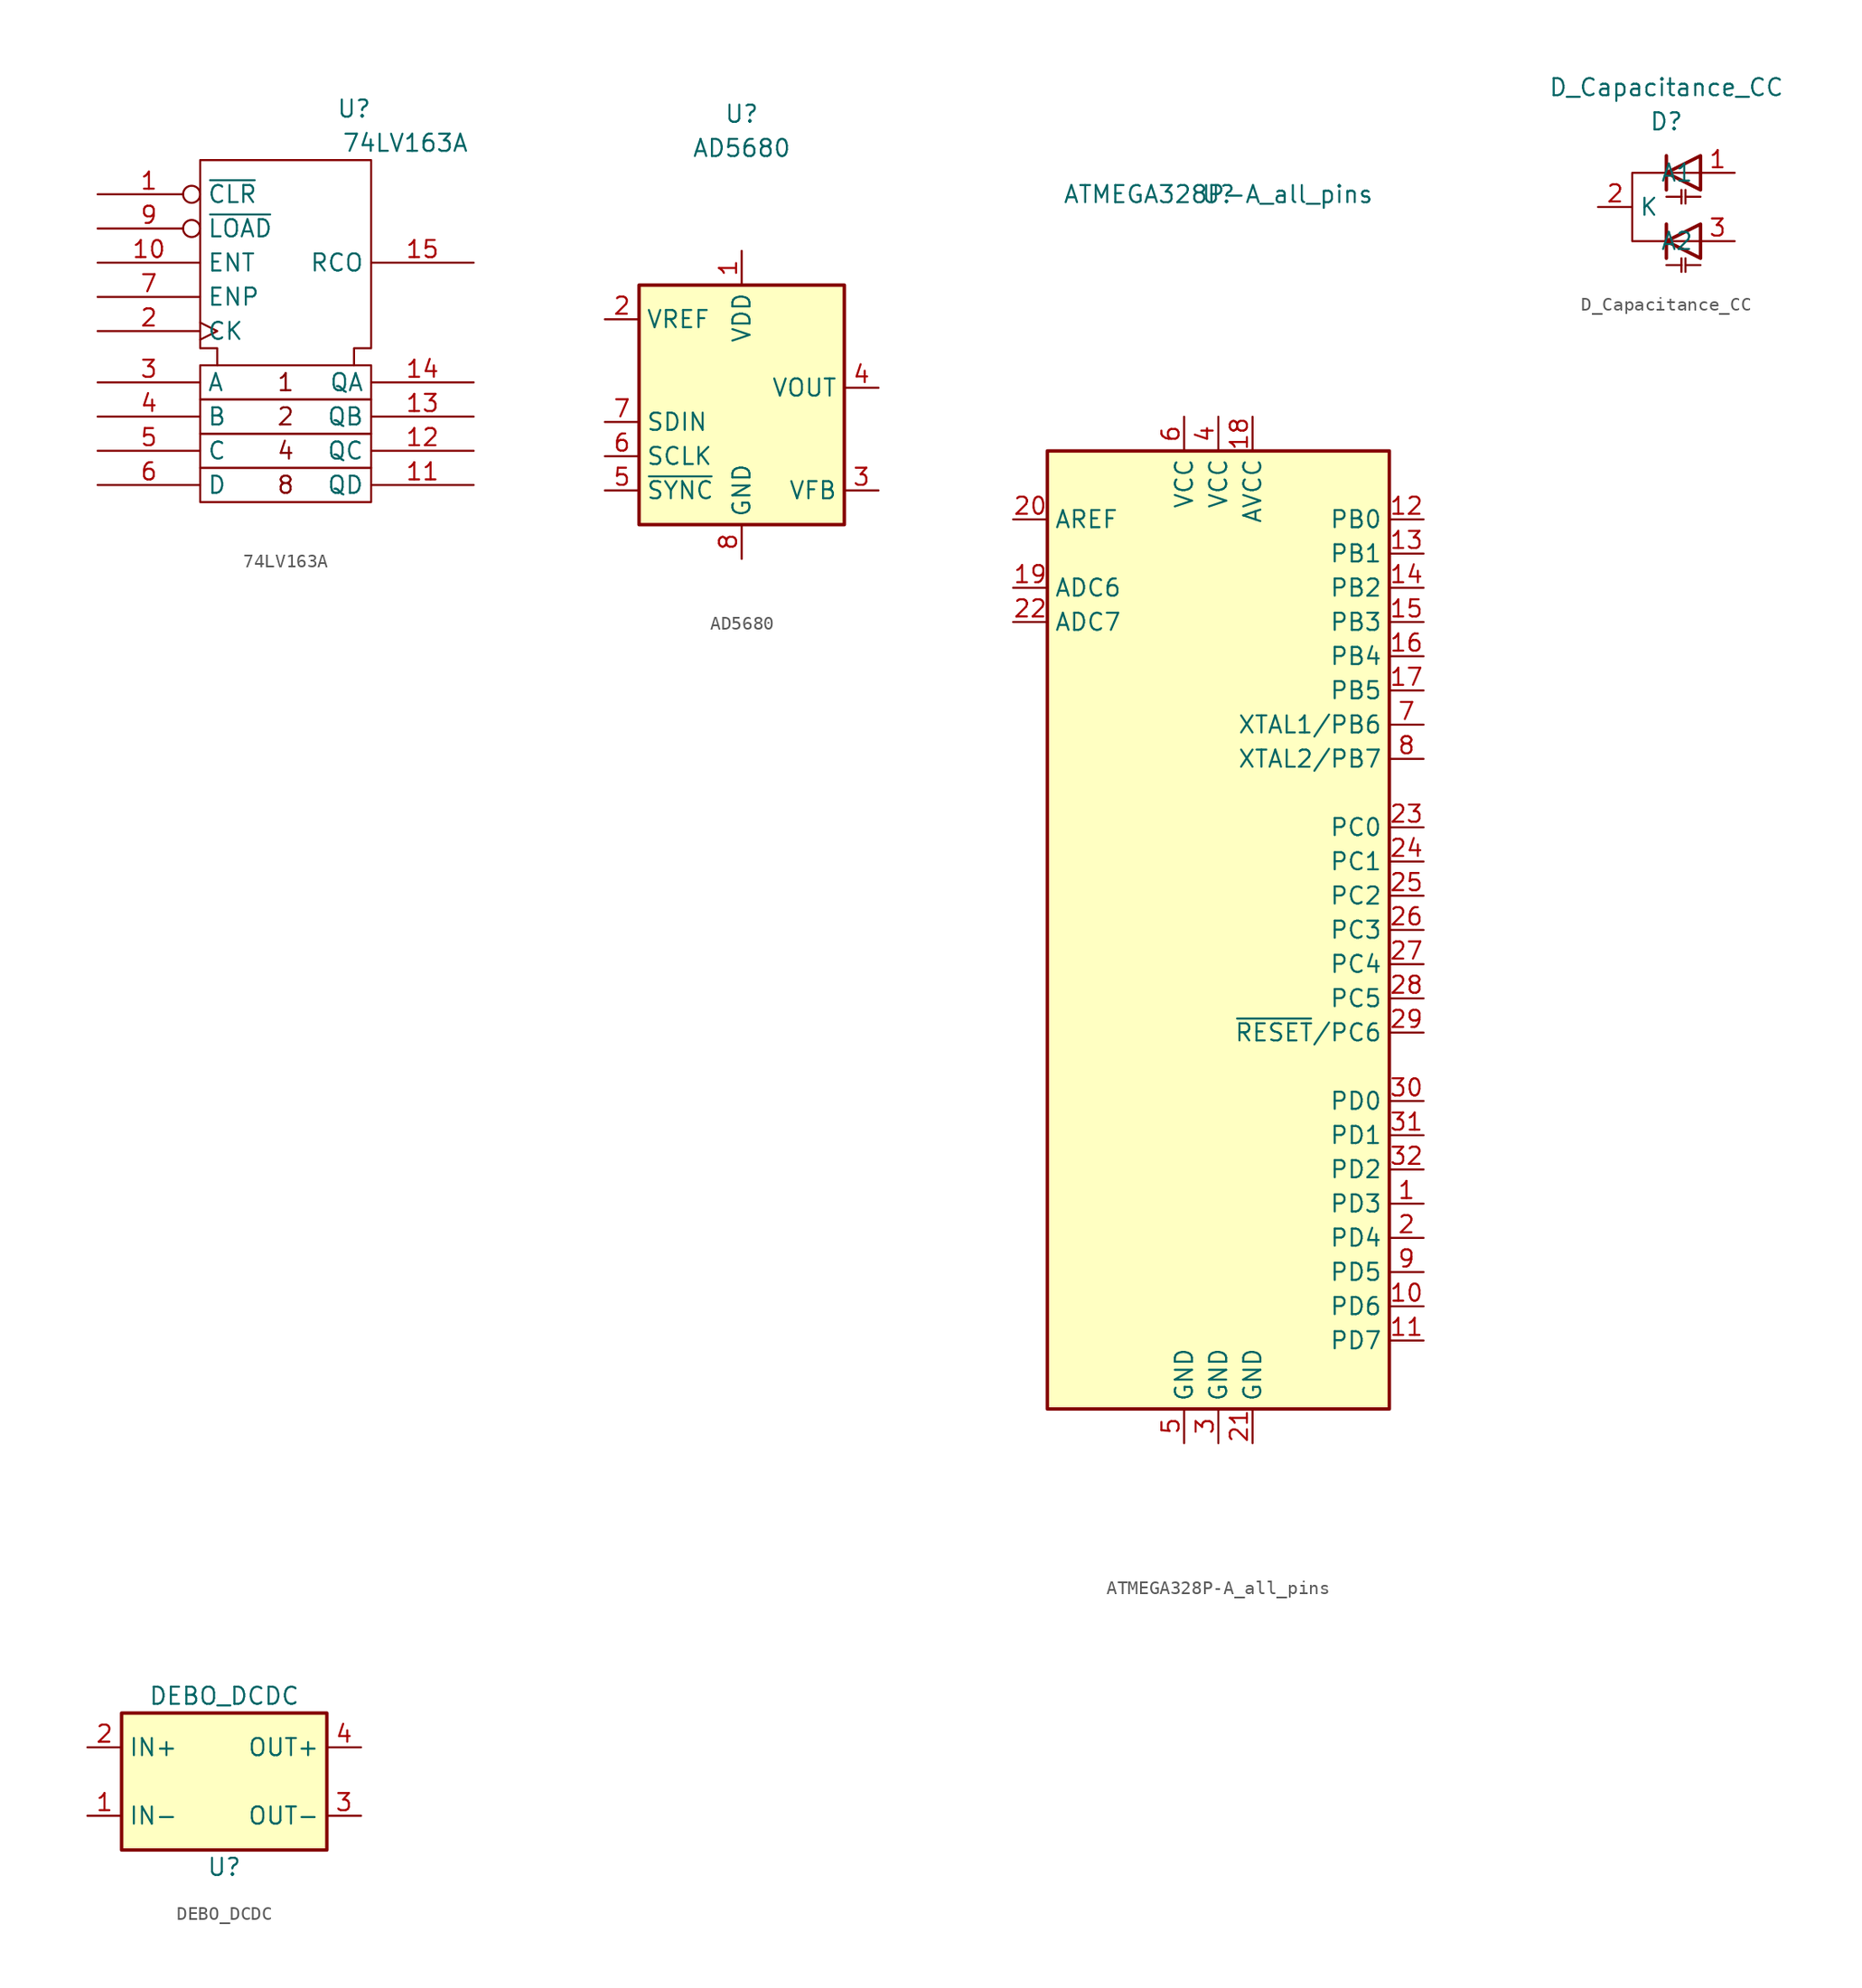
<source format=kicad_sym>
(kicad_symbol_lib
  (version 20211014)
  (generator kicad_symbol_editor)
  (symbol "74LV163A"
    (property "Reference" "U"
      (at 5.08 17.78 0)
      (effects (font (size 1.27 1.27))))
    (property "Value" "74LV163A"
      (at 8.89 15.24 0)
      (effects (font (size 1.27 1.27))))
    (symbol "74LV163A_0_0"
      (rectangle (start -6.35 -8.89) (end 6.35 -11.43) (stroke (width 0) (type default) (color 0 0 0 0)) (fill (type none)))
      (rectangle (start -6.35 -6.35) (end 6.35 -8.89) (stroke (width 0) (type default) (color 0 0 0 0)) (fill (type none)))
      (rectangle (start -6.35 -3.81) (end 6.35 -6.35) (stroke (width 0) (type default) (color 0 0 0 0)) (fill (type none)))
      (rectangle (start -6.35 -1.27) (end 6.35 -3.81) (stroke (width 0) (type default) (color 0 0 0 0)) (fill (type none)))
      (polyline (pts (xy -5.08 -1.27) (xy -5.08 0) (xy -6.35 0) (xy -6.35 13.97) (xy 6.35 13.97) (xy 6.35 0) (xy 5.08 0) (xy 5.08 -1.27) (xy 5.08 -1.27)) (stroke (width 0) (type default) (color 0 0 0 0)) (fill (type none)))
      (text "1" (at 0 -2.54 0) (effects (font (size 1.27 1.27))))
      (text "2" (at 0 -5.08 0) (effects (font (size 1.27 1.27))))
      (text "4" (at 0 -7.62 0) (effects (font (size 1.27 1.27))))
      (text "8" (at 0 -10.16 0) (effects (font (size 1.27 1.27))))
      (pin power_in line (at 0 13.97 270) (length 0) hide (name "VCC" (effects (font (size 1.27 1.27)))) (number "16" (effects (font (size 1.27 1.27)))))
      (pin power_in line (at 0 -11.43 270) (length 0) hide (name "GND" (effects (font (size 1.27 1.27)))) (number "8" (effects (font (size 1.27 1.27))))))
    (symbol "74LV163A_1_1"
      (pin input inverted (at -13.97 11.43 0) (length 7.62) (name "~{CLR}" (effects (font (size 1.27 1.27)))) (number "1" (effects (font (size 1.27 1.27)))))
      (pin input line (at -13.97 6.35 0) (length 7.62) (name "ENT" (effects (font (size 1.27 1.27)))) (number "10" (effects (font (size 1.27 1.27)))))
      (pin output line (at 13.97 -10.16 180) (length 7.62) (name "QD" (effects (font (size 1.27 1.27)))) (number "11" (effects (font (size 1.27 1.27)))))
      (pin output line (at 13.97 -7.62 180) (length 7.62) (name "QC" (effects (font (size 1.27 1.27)))) (number "12" (effects (font (size 1.27 1.27)))))
      (pin output line (at 13.97 -5.08 180) (length 7.62) (name "QB" (effects (font (size 1.27 1.27)))) (number "13" (effects (font (size 1.27 1.27)))))
      (pin output line (at 13.97 -2.54 180) (length 7.62) (name "QA" (effects (font (size 1.27 1.27)))) (number "14" (effects (font (size 1.27 1.27)))))
      (pin output line (at 13.97 6.35 180) (length 7.62) (name "RCO" (effects (font (size 1.27 1.27)))) (number "15" (effects (font (size 1.27 1.27)))))
      (pin input clock (at -13.97 1.27 0) (length 7.62) (name "CK" (effects (font (size 1.27 1.27)))) (number "2" (effects (font (size 1.27 1.27)))))
      (pin input line (at -13.97 -2.54 0) (length 7.62) (name "A" (effects (font (size 1.27 1.27)))) (number "3" (effects (font (size 1.27 1.27)))))
      (pin input line (at -13.97 -5.08 0) (length 7.62) (name "B" (effects (font (size 1.27 1.27)))) (number "4" (effects (font (size 1.27 1.27)))))
      (pin input line (at -13.97 -7.62 0) (length 7.62) (name "C" (effects (font (size 1.27 1.27)))) (number "5" (effects (font (size 1.27 1.27)))))
      (pin input line (at -13.97 -10.16 0) (length 7.62) (name "D" (effects (font (size 1.27 1.27)))) (number "6" (effects (font (size 1.27 1.27)))))
      (pin input line (at -13.97 3.81 0) (length 7.62) (name "ENP" (effects (font (size 1.27 1.27)))) (number "7" (effects (font (size 1.27 1.27)))))
      (pin input inverted (at -13.97 8.89 0) (length 7.62) (name "~{LOAD}" (effects (font (size 1.27 1.27)))) (number "9" (effects (font (size 1.27 1.27)))))))
  (symbol "AD5680"
    (property "Reference" "U"
      (at 0 21.59 0)
      (effects (font (size 1.27 1.27))))
    (property "Value" "AD5680"
      (at 0 19.05 0)
      (effects (font (size 1.27 1.27))))
    (symbol "AD5680_0_1"
      (rectangle (start -7.62 8.89) (end 7.62 -8.89) (stroke (width 0.254) (type default) (color 0 0 0 0)) (fill (type background))))
    (symbol "AD5680_1_1"
      (pin power_in line (at 0 11.43 270) (length 2.54) (name "VDD" (effects (font (size 1.27 1.27)))) (number "1" (effects (font (size 1.27 1.27)))))
      (pin power_in line (at -10.16 6.35 0) (length 2.54) (name "VREF" (effects (font (size 1.27 1.27)))) (number "2" (effects (font (size 1.27 1.27)))))
      (pin input line (at 10.16 -6.35 180) (length 2.54) (name "VFB" (effects (font (size 1.27 1.27)))) (number "3" (effects (font (size 1.27 1.27)))))
      (pin output line (at 10.16 1.27 180) (length 2.54) (name "VOUT" (effects (font (size 1.27 1.27)))) (number "4" (effects (font (size 1.27 1.27)))))
      (pin input line (at -10.16 -6.35 0) (length 2.54) (name "~{SYNC}" (effects (font (size 1.27 1.27)))) (number "5" (effects (font (size 1.27 1.27)))))
      (pin input line (at -10.16 -3.81 0) (length 2.54) (name "SCLK" (effects (font (size 1.27 1.27)))) (number "6" (effects (font (size 1.27 1.27)))))
      (pin input line (at -10.16 -1.27 0) (length 2.54) (name "SDIN" (effects (font (size 1.27 1.27)))) (number "7" (effects (font (size 1.27 1.27)))))
      (pin power_in line (at 0 -11.43 90) (length 2.54) (name "GND" (effects (font (size 1.27 1.27)))) (number "8" (effects (font (size 1.27 1.27)))))))
  (symbol "ATMEGA328P-A_all_pins"
    (property "Reference" "U"
      (at 0 55.88 0)
      (effects (font (size 1.27 1.27))))
    (property "Value" "ATMEGA328P-A_all_pins"
      (at 0 55.88 0)
      (effects (font (size 1.27 1.27))))
    (symbol "ATMEGA328P-A_all_pins_0_1"
      (rectangle (start -12.7 -34.29) (end 12.7 36.83) (stroke (width 0.254) (type default) (color 0 0 0 0)) (fill (type background))))
    (symbol "ATMEGA328P-A_all_pins_1_1"
      (pin bidirectional line (at 15.24 -19.05 180) (length 2.54) (name "PD3" (effects (font (size 1.27 1.27)))) (number "1" (effects (font (size 1.27 1.27)))))
      (pin bidirectional line (at 15.24 -26.67 180) (length 2.54) (name "PD6" (effects (font (size 1.27 1.27)))) (number "10" (effects (font (size 1.27 1.27)))))
      (pin bidirectional line (at 15.24 -29.21 180) (length 2.54) (name "PD7" (effects (font (size 1.27 1.27)))) (number "11" (effects (font (size 1.27 1.27)))))
      (pin bidirectional line (at 15.24 31.75 180) (length 2.54) (name "PB0" (effects (font (size 1.27 1.27)))) (number "12" (effects (font (size 1.27 1.27)))))
      (pin bidirectional line (at 15.24 29.21 180) (length 2.54) (name "PB1" (effects (font (size 1.27 1.27)))) (number "13" (effects (font (size 1.27 1.27)))))
      (pin bidirectional line (at 15.24 26.67 180) (length 2.54) (name "PB2" (effects (font (size 1.27 1.27)))) (number "14" (effects (font (size 1.27 1.27)))))
      (pin bidirectional line (at 15.24 24.13 180) (length 2.54) (name "PB3" (effects (font (size 1.27 1.27)))) (number "15" (effects (font (size 1.27 1.27)))))
      (pin bidirectional line (at 15.24 21.59 180) (length 2.54) (name "PB4" (effects (font (size 1.27 1.27)))) (number "16" (effects (font (size 1.27 1.27)))))
      (pin bidirectional line (at 15.24 19.05 180) (length 2.54) (name "PB5" (effects (font (size 1.27 1.27)))) (number "17" (effects (font (size 1.27 1.27)))))
      (pin power_in line (at 2.54 39.37 270) (length 2.54) (name "AVCC" (effects (font (size 1.27 1.27)))) (number "18" (effects (font (size 1.27 1.27)))))
      (pin input line (at -15.24 26.67 0) (length 2.54) (name "ADC6" (effects (font (size 1.27 1.27)))) (number "19" (effects (font (size 1.27 1.27)))))
      (pin bidirectional line (at 15.24 -21.59 180) (length 2.54) (name "PD4" (effects (font (size 1.27 1.27)))) (number "2" (effects (font (size 1.27 1.27)))))
      (pin passive line (at -15.24 31.75 0) (length 2.54) (name "AREF" (effects (font (size 1.27 1.27)))) (number "20" (effects (font (size 1.27 1.27)))))
      (pin passive line (at 2.54 -36.83 90) (length 2.54) (name "GND" (effects (font (size 1.27 1.27)))) (number "21" (effects (font (size 1.27 1.27)))))
      (pin input line (at -15.24 24.13 0) (length 2.54) (name "ADC7" (effects (font (size 1.27 1.27)))) (number "22" (effects (font (size 1.27 1.27)))))
      (pin bidirectional line (at 15.24 8.89 180) (length 2.54) (name "PC0" (effects (font (size 1.27 1.27)))) (number "23" (effects (font (size 1.27 1.27)))))
      (pin bidirectional line (at 15.24 6.35 180) (length 2.54) (name "PC1" (effects (font (size 1.27 1.27)))) (number "24" (effects (font (size 1.27 1.27)))))
      (pin bidirectional line (at 15.24 3.81 180) (length 2.54) (name "PC2" (effects (font (size 1.27 1.27)))) (number "25" (effects (font (size 1.27 1.27)))))
      (pin bidirectional line (at 15.24 1.27 180) (length 2.54) (name "PC3" (effects (font (size 1.27 1.27)))) (number "26" (effects (font (size 1.27 1.27)))))
      (pin bidirectional line (at 15.24 -1.27 180) (length 2.54) (name "PC4" (effects (font (size 1.27 1.27)))) (number "27" (effects (font (size 1.27 1.27)))))
      (pin bidirectional line (at 15.24 -3.81 180) (length 2.54) (name "PC5" (effects (font (size 1.27 1.27)))) (number "28" (effects (font (size 1.27 1.27)))))
      (pin bidirectional line (at 15.24 -6.35 180) (length 2.54) (name "~{RESET}/PC6" (effects (font (size 1.27 1.27)))) (number "29" (effects (font (size 1.27 1.27)))))
      (pin power_in line (at 0 -36.83 90) (length 2.54) (name "GND" (effects (font (size 1.27 1.27)))) (number "3" (effects (font (size 1.27 1.27)))))
      (pin bidirectional line (at 15.24 -11.43 180) (length 2.54) (name "PD0" (effects (font (size 1.27 1.27)))) (number "30" (effects (font (size 1.27 1.27)))))
      (pin bidirectional line (at 15.24 -13.97 180) (length 2.54) (name "PD1" (effects (font (size 1.27 1.27)))) (number "31" (effects (font (size 1.27 1.27)))))
      (pin bidirectional line (at 15.24 -16.51 180) (length 2.54) (name "PD2" (effects (font (size 1.27 1.27)))) (number "32" (effects (font (size 1.27 1.27)))))
      (pin power_in line (at 0 39.37 270) (length 2.54) (name "VCC" (effects (font (size 1.27 1.27)))) (number "4" (effects (font (size 1.27 1.27)))))
      (pin passive line (at -2.54 -36.83 90) (length 2.54) (name "GND" (effects (font (size 1.27 1.27)))) (number "5" (effects (font (size 1.27 1.27)))))
      (pin passive line (at -2.54 39.37 270) (length 2.54) (name "VCC" (effects (font (size 1.27 1.27)))) (number "6" (effects (font (size 1.27 1.27)))))
      (pin bidirectional line (at 15.24 16.51 180) (length 2.54) (name "XTAL1/PB6" (effects (font (size 1.27 1.27)))) (number "7" (effects (font (size 1.27 1.27)))))
      (pin bidirectional line (at 15.24 13.97 180) (length 2.54) (name "XTAL2/PB7" (effects (font (size 1.27 1.27)))) (number "8" (effects (font (size 1.27 1.27)))))
      (pin bidirectional line (at 15.24 -24.13 180) (length 2.54) (name "PD5" (effects (font (size 1.27 1.27)))) (number "9" (effects (font (size 1.27 1.27)))))))
  (symbol "D_Capacitance_CC"
    (property "Reference" "D"
      (at 0 0 0)
      (effects (font (size 1.27 1.27))))
    (property "Value" "D_Capacitance_CC"
      (at 0 2.54 0)
      (effects (font (size 1.27 1.27))))
    (symbol "D_Capacitance_CC_0_1"
      (polyline (pts (xy 0 -10.668) (xy 1.118 -10.668)) (stroke (width 0) (type default) (color 0 0 0 0)) (fill (type none)))
      (polyline (pts (xy 0 -8.89) (xy 2.54 -8.89)) (stroke (width 0) (type default) (color 0 0 0 0)) (fill (type none)))
      (polyline (pts (xy 0 -7.62) (xy 0 -10.16)) (stroke (width 0.254) (type default) (color 0 0 0 0)) (fill (type none)))
      (polyline (pts (xy 0 -5.588) (xy 1.118 -5.588)) (stroke (width 0) (type default) (color 0 0 0 0)) (fill (type none)))
      (polyline (pts (xy 0 -3.81) (xy 2.54 -3.81)) (stroke (width 0) (type default) (color 0 0 0 0)) (fill (type none)))
      (polyline (pts (xy 0 -2.54) (xy 0 -5.08)) (stroke (width 0.254) (type default) (color 0 0 0 0)) (fill (type none)))
      (polyline (pts (xy 1.118 -10.16) (xy 1.118 -11.176)) (stroke (width 0) (type default) (color 0 0 0 0)) (fill (type none)))
      (polyline (pts (xy 1.118 -5.08) (xy 1.118 -6.096)) (stroke (width 0) (type default) (color 0 0 0 0)) (fill (type none)))
      (polyline (pts (xy 1.422 -10.668) (xy 2.54 -10.668)) (stroke (width 0) (type default) (color 0 0 0 0)) (fill (type none)))
      (polyline (pts (xy 1.422 -10.16) (xy 1.422 -11.176)) (stroke (width 0) (type default) (color 0 0 0 0)) (fill (type none)))
      (polyline (pts (xy 1.422 -5.588) (xy 2.54 -5.588)) (stroke (width 0) (type default) (color 0 0 0 0)) (fill (type none)))
      (polyline (pts (xy 1.422 -5.08) (xy 1.422 -6.096)) (stroke (width 0) (type default) (color 0 0 0 0)) (fill (type none)))
      (polyline (pts (xy 0 -3.81) (xy -2.54 -3.81) (xy -2.54 -8.89) (xy 0 -8.89)) (stroke (width 0) (type default) (color 0 0 0 0)) (fill (type none)))
      (polyline (pts (xy 2.54 -7.62) (xy 2.54 -10.16) (xy 0 -8.89) (xy 2.54 -7.62)) (stroke (width 0.254) (type default) (color 0 0 0 0)) (fill (type none)))
      (polyline (pts (xy 2.54 -2.54) (xy 2.54 -5.08) (xy 0 -3.81) (xy 2.54 -2.54)) (stroke (width 0.254) (type default) (color 0 0 0 0)) (fill (type none))))
    (symbol "D_Capacitance_CC_1_1"
      (pin passive line (at 5.08 -3.81 180) (length 2.54) (name "A1" (effects (font (size 1.27 1.27)))) (number "1" (effects (font (size 1.27 1.27)))))
      (pin passive line (at -5.08 -6.35 0) (length 2.54) (name "K" (effects (font (size 1.27 1.27)))) (number "2" (effects (font (size 1.27 1.27)))))
      (pin passive line (at 5.08 -8.89 180) (length 2.54) (name "A2" (effects (font (size 1.27 1.27)))) (number "3" (effects (font (size 1.27 1.27)))))))
  (symbol "DEBO_DCDC"
    (property "Reference" "U"
      (at 0 -6.35 0)
      (effects (font (size 1.27 1.27))))
    (property "Value" "DEBO_DCDC"
      (at 0 6.35 0)
      (effects (font (size 1.27 1.27))))
    (symbol "DEBO_DCDC_0_0"
      (pin power_in line (at -10.16 -2.54 0) (length 2.54) (name "IN-" (effects (font (size 1.27 1.27)))) (number "1" (effects (font (size 1.27 1.27)))))
      (pin power_in line (at -10.16 2.54 0) (length 2.54) (name "IN+" (effects (font (size 1.27 1.27)))) (number "2" (effects (font (size 1.27 1.27)))))
      (pin power_out line (at 10.16 -2.54 180) (length 2.54) (name "OUT-" (effects (font (size 1.27 1.27)))) (number "3" (effects (font (size 1.27 1.27)))))
      (pin power_out line (at 10.16 2.54 180) (length 2.54) (name "OUT+" (effects (font (size 1.27 1.27)))) (number "4" (effects (font (size 1.27 1.27))))))
    (symbol "DEBO_DCDC_0_1"
      (rectangle (start -7.62 5.08) (end 7.62 -5.08) (stroke (width 0.254) (type default) (color 0 0 0 0)) (fill (type background))))))
</source>
